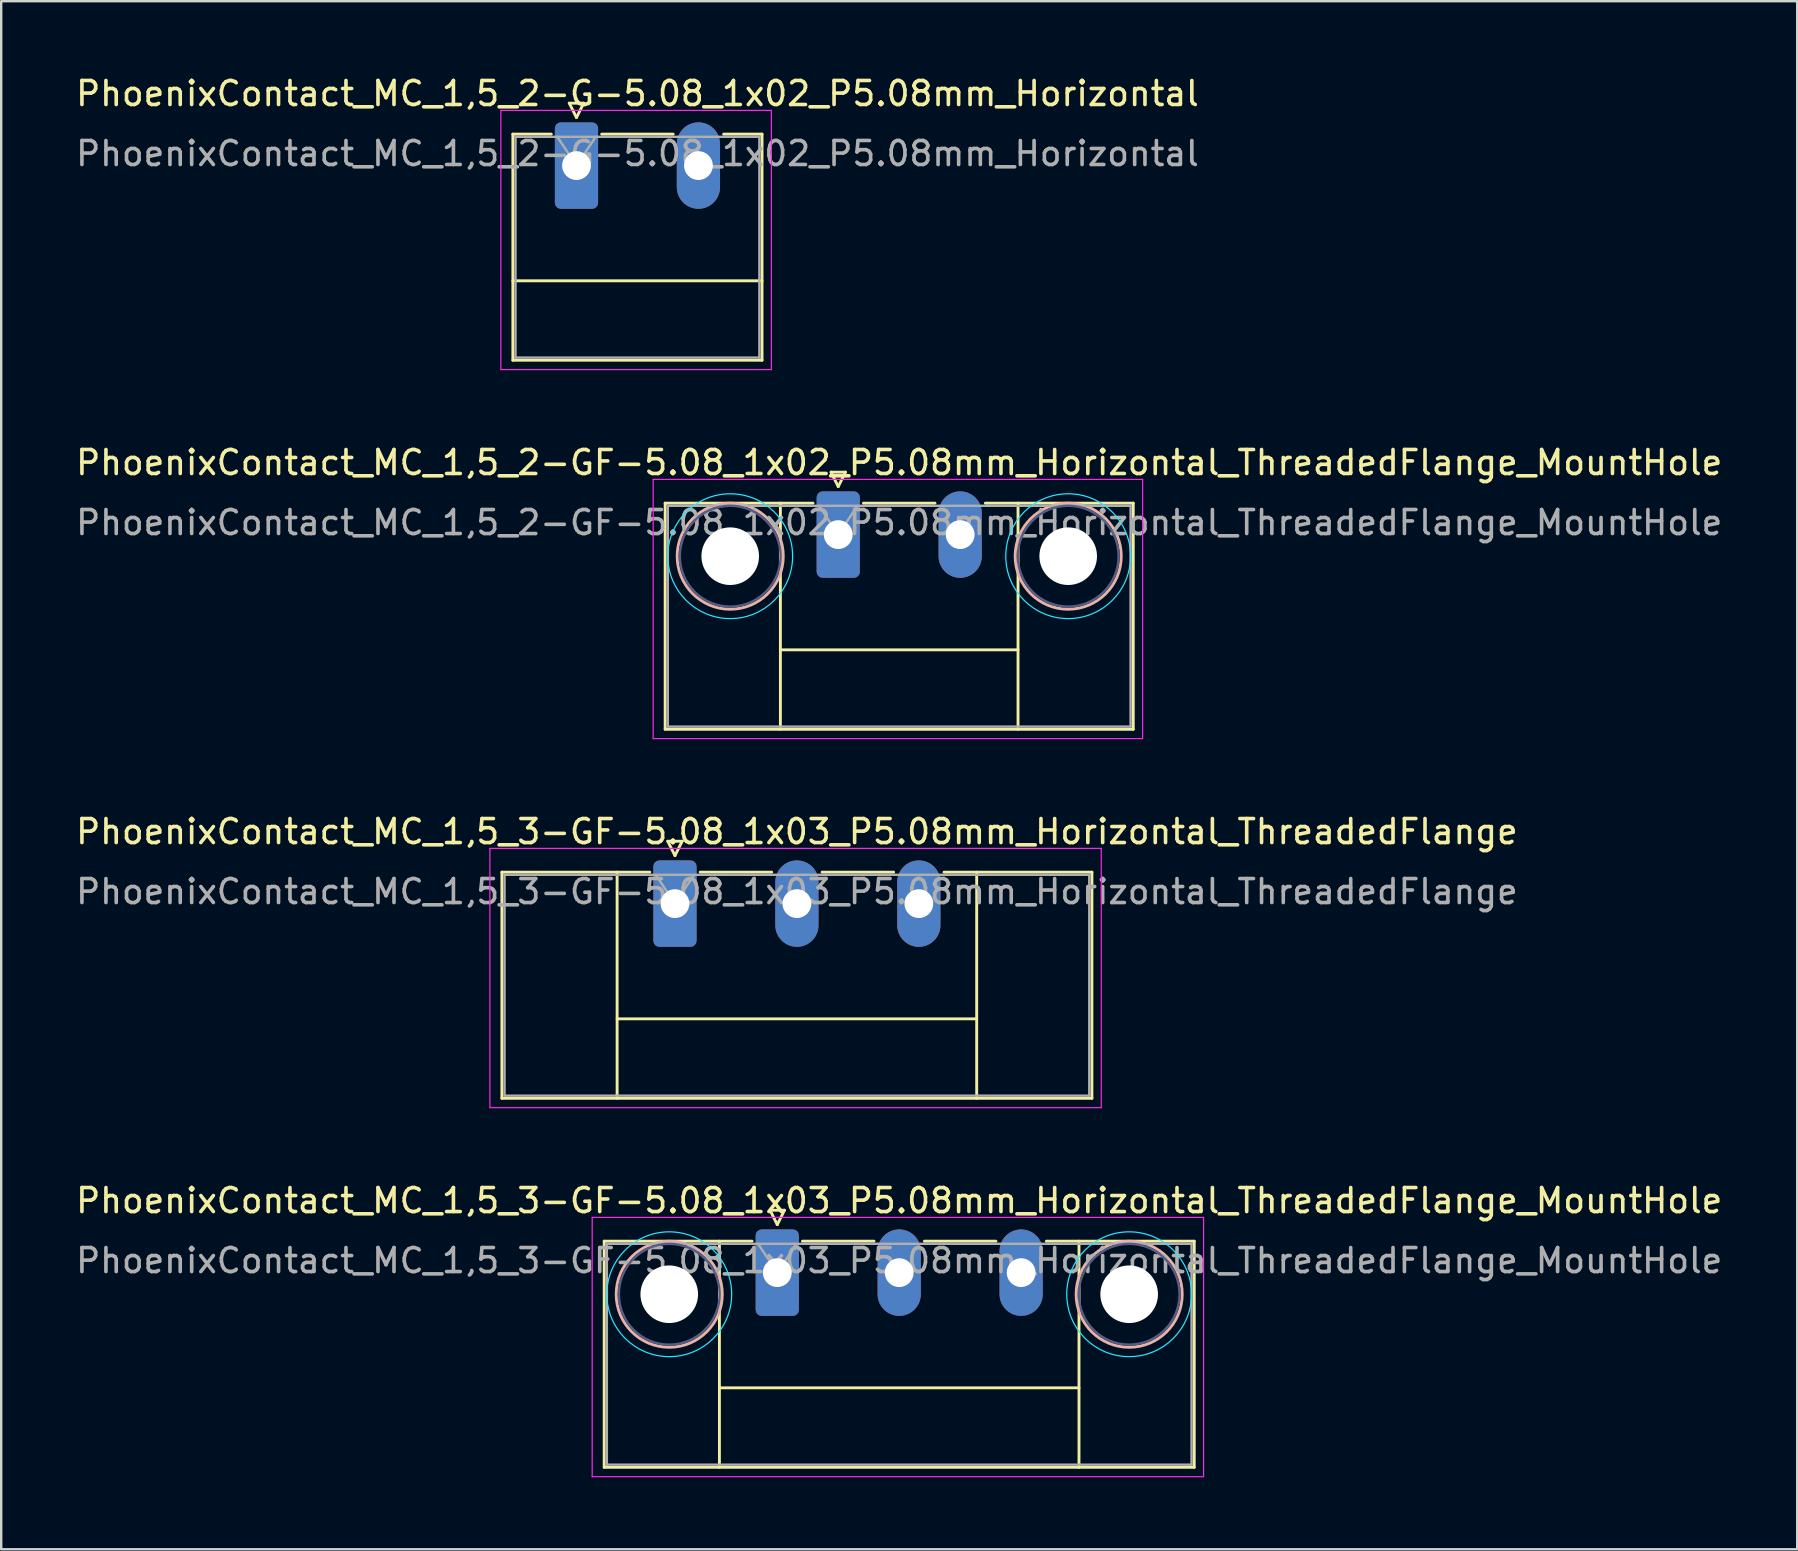
<source format=kicad_pcb>
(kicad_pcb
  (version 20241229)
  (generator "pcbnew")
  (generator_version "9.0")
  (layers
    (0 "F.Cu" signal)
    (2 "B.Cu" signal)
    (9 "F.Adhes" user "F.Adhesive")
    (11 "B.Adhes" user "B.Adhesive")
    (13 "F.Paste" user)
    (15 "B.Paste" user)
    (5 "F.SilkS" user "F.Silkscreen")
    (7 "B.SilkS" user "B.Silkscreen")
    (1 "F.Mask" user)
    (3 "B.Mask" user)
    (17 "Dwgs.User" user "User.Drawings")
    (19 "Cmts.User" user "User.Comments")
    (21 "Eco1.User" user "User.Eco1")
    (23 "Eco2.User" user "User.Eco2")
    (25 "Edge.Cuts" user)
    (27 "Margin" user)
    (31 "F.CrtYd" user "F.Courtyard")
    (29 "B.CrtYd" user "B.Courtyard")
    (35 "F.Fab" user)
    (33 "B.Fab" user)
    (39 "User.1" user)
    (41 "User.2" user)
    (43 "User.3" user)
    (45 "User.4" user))
  (footprint "PhoenixContact_MC_1,5_2-GF-5.08_1x02_P5.08mm_Horizontal_ThreadedFlange_MountHole"
    (layer "F.Cu")
    (at 31.871 19.221)
    (property "Reference" "PhoenixContact_MC_1,5_2-GF-5.08_1x02_P5.08mm_Horizontal_ThreadedFlange_MountHole" (at 2.54 -3 0) (layer "F.SilkS") (effects (font (size 1 1) (thickness 0.15))))
    (attr through_hole)
    (fp_line (start -7.21 -1.31) (end -7.21 8.11) (stroke (width 0.12) (type solid)) (layer "F.SilkS"))
    (fp_line (start -7.21 -1.31) (end -1.05 -1.31) (stroke (width 0.12) (type solid)) (layer "F.SilkS"))
    (fp_line (start -7.21 8.11) (end 12.29 8.11) (stroke (width 0.12) (type solid)) (layer "F.SilkS"))
    (fp_line (start -2.41 -1.31) (end -2.41 8.11) (stroke (width 0.12) (type solid)) (layer "F.SilkS"))
    (fp_line (start -2.41 4.8) (end 7.49 4.8) (stroke (width 0.12) (type solid)) (layer "F.SilkS"))
    (fp_line (start -0.3 -2.6) (end 0.3 -2.6) (stroke (width 0.12) (type solid)) (layer "F.SilkS"))
    (fp_line (start 0 -2) (end -0.3 -2.6) (stroke (width 0.12) (type solid)) (layer "F.SilkS"))
    (fp_line (start 0.3 -2.6) (end 0 -2) (stroke (width 0.12) (type solid)) (layer "F.SilkS"))
    (fp_line (start 1.05 -1.31) (end 4.03 -1.31) (stroke (width 0.12) (type solid)) (layer "F.SilkS"))
    (fp_line (start 7.49 -1.31) (end 7.49 8.11) (stroke (width 0.12) (type solid)) (layer "F.SilkS"))
    (fp_line (start 12.29 -1.31) (end 6.13 -1.31) (stroke (width 0.12) (type solid)) (layer "F.SilkS"))
    (fp_line (start 12.29 8.11) (end 12.29 -1.31) (stroke (width 0.12) (type solid)) (layer "F.SilkS"))
    (fp_circle (center -4.5 0.9) (end -2.29 0.9) (stroke (width 0.12) (type solid)) (fill no) (layer "B.SilkS"))
    (fp_circle (center 9.58 0.9) (end 11.79 0.9) (stroke (width 0.12) (type solid)) (fill no) (layer "B.SilkS"))
    (fp_circle (center -4.5 0.9) (end -1.9 0.9) (stroke (width 0.05) (type solid)) (fill no) (layer "B.CrtYd"))
    (fp_circle (center 9.58 0.9) (end 12.18 0.9) (stroke (width 0.05) (type solid)) (fill no) (layer "B.CrtYd"))
    (fp_line (start -7.71 -2.3) (end -7.71 8.5) (stroke (width 0.05) (type solid)) (layer "F.CrtYd"))
    (fp_line (start -7.71 8.5) (end 12.68 8.5) (stroke (width 0.05) (type solid)) (layer "F.CrtYd"))
    (fp_line (start 12.68 -2.3) (end -7.71 -2.3) (stroke (width 0.05) (type solid)) (layer "F.CrtYd"))
    (fp_line (start 12.68 8.5) (end 12.68 -2.3) (stroke (width 0.05) (type solid)) (layer "F.CrtYd"))
    (fp_circle (center -4.5 0.9) (end -2.4 0.9) (stroke (width 0.1) (type solid)) (fill no) (layer "B.Fab"))
    (fp_circle (center 9.58 0.9) (end 11.68 0.9) (stroke (width 0.1) (type solid)) (fill no) (layer "B.Fab"))
    (fp_line (start -7.1 -1.2) (end -7.1 8) (stroke (width 0.1) (type solid)) (layer "F.Fab"))
    (fp_line (start -7.1 8) (end 12.18 8) (stroke (width 0.1) (type solid)) (layer "F.Fab"))
    (fp_line (start 0 0) (end -0.8 -1.2) (stroke (width 0.1) (type solid)) (layer "F.Fab"))
    (fp_line (start 0.8 -1.2) (end 0 0) (stroke (width 0.1) (type solid)) (layer "F.Fab"))
    (fp_line (start 12.18 -1.2) (end -7.1 -1.2) (stroke (width 0.1) (type solid)) (layer "F.Fab"))
    (fp_line (start 12.18 8) (end 12.18 -1.2) (stroke (width 0.1) (type solid)) (layer "F.Fab"))
    (fp_text user "${REFERENCE}" (at 2.54 -0.5 0) (layer "F.Fab") (effects (font (size 1 1) (thickness 0.15))))
    (pad "" np_thru_hole circle (at -4.5 0.9) (size 2.4 2.4) (drill 2.4) (layers "*.Cu" "*.Mask"))
    (pad "" np_thru_hole circle (at 9.58 0.9) (size 2.4 2.4) (drill 2.4) (layers "*.Cu" "*.Mask"))
    (pad "1" thru_hole roundrect (at 0 0) (size 1.8 3.6) (drill 1.2) (layers "*.Cu" "*.Mask") (roundrect_rratio 0.139))
    (pad "2" thru_hole oval (at 5.08 0) (size 1.8 3.6) (drill 1.2) (layers "*.Cu" "*.Mask")))
  (footprint "PhoenixContact_MC_1,5_2-G-5.08_1x02_P5.08mm_Horizontal"
    (layer "F.Cu")
    (at 20.966 3.848)
    (property "Reference" "PhoenixContact_MC_1,5_2-G-5.08_1x02_P5.08mm_Horizontal" (at 2.54 -3 0) (layer "F.SilkS") (effects (font (size 1 1) (thickness 0.15))))
    (attr through_hole)
    (fp_line (start -2.65 -1.31) (end -2.65 8.11) (stroke (width 0.12) (type solid)) (layer "F.SilkS"))
    (fp_line (start -2.65 -1.31) (end -1.05 -1.31) (stroke (width 0.12) (type solid)) (layer "F.SilkS"))
    (fp_line (start -2.65 4.8) (end 7.73 4.8) (stroke (width 0.12) (type solid)) (layer "F.SilkS"))
    (fp_line (start -2.65 8.11) (end 7.73 8.11) (stroke (width 0.12) (type solid)) (layer "F.SilkS"))
    (fp_line (start -0.3 -2.6) (end 0.3 -2.6) (stroke (width 0.12) (type solid)) (layer "F.SilkS"))
    (fp_line (start 0 -2) (end -0.3 -2.6) (stroke (width 0.12) (type solid)) (layer "F.SilkS"))
    (fp_line (start 0.3 -2.6) (end 0 -2) (stroke (width 0.12) (type solid)) (layer "F.SilkS"))
    (fp_line (start 1.05 -1.31) (end 4.03 -1.31) (stroke (width 0.12) (type solid)) (layer "F.SilkS"))
    (fp_line (start 7.73 -1.31) (end 6.13 -1.31) (stroke (width 0.12) (type solid)) (layer "F.SilkS"))
    (fp_line (start 7.73 8.11) (end 7.73 -1.31) (stroke (width 0.12) (type solid)) (layer "F.SilkS"))
    (fp_line (start -3.15 -2.3) (end -3.15 8.5) (stroke (width 0.05) (type solid)) (layer "F.CrtYd"))
    (fp_line (start -3.15 8.5) (end 8.12 8.5) (stroke (width 0.05) (type solid)) (layer "F.CrtYd"))
    (fp_line (start 8.12 -2.3) (end -3.15 -2.3) (stroke (width 0.05) (type solid)) (layer "F.CrtYd"))
    (fp_line (start 8.12 8.5) (end 8.12 -2.3) (stroke (width 0.05) (type solid)) (layer "F.CrtYd"))
    (fp_line (start -2.54 -1.2) (end -2.54 8) (stroke (width 0.1) (type solid)) (layer "F.Fab"))
    (fp_line (start -2.54 8) (end 7.62 8) (stroke (width 0.1) (type solid)) (layer "F.Fab"))
    (fp_line (start 0 0) (end -0.8 -1.2) (stroke (width 0.1) (type solid)) (layer "F.Fab"))
    (fp_line (start 0.8 -1.2) (end 0 0) (stroke (width 0.1) (type solid)) (layer "F.Fab"))
    (fp_line (start 7.62 -1.2) (end -2.54 -1.2) (stroke (width 0.1) (type solid)) (layer "F.Fab"))
    (fp_line (start 7.62 8) (end 7.62 -1.2) (stroke (width 0.1) (type solid)) (layer "F.Fab"))
    (fp_text user "${REFERENCE}" (at 2.54 -0.5 0) (layer "F.Fab") (effects (font (size 1 1) (thickness 0.15))))
    (pad "1" thru_hole roundrect (at 0 0) (size 1.8 3.6) (drill 1.2) (layers "*.Cu" "*.Mask") (roundrect_rratio 0.139))
    (pad "2" thru_hole oval (at 5.08 0) (size 1.8 3.6) (drill 1.2) (layers "*.Cu" "*.Mask")))
  (footprint "PhoenixContact_MC_1,5_3-GF-5.08_1x03_P5.08mm_Horizontal_ThreadedFlange"
    (layer "F.Cu")
    (at 25.069 34.595)
    (property "Reference" "PhoenixContact_MC_1,5_3-GF-5.08_1x03_P5.08mm_Horizontal_ThreadedFlange" (at 5.08 -3 0) (layer "F.SilkS") (effects (font (size 1 1) (thickness 0.15))))
    (attr through_hole)
    (fp_line (start -7.21 -1.31) (end -7.21 8.11) (stroke (width 0.12) (type solid)) (layer "F.SilkS"))
    (fp_line (start -7.21 -1.31) (end -1.05 -1.31) (stroke (width 0.12) (type solid)) (layer "F.SilkS"))
    (fp_line (start -7.21 8.11) (end 17.37 8.11) (stroke (width 0.12) (type solid)) (layer "F.SilkS"))
    (fp_line (start -2.41 -1.31) (end -2.41 8.11) (stroke (width 0.12) (type solid)) (layer "F.SilkS"))
    (fp_line (start -2.41 4.8) (end 12.57 4.8) (stroke (width 0.12) (type solid)) (layer "F.SilkS"))
    (fp_line (start -0.3 -2.6) (end 0.3 -2.6) (stroke (width 0.12) (type solid)) (layer "F.SilkS"))
    (fp_line (start 0 -2) (end -0.3 -2.6) (stroke (width 0.12) (type solid)) (layer "F.SilkS"))
    (fp_line (start 0.3 -2.6) (end 0 -2) (stroke (width 0.12) (type solid)) (layer "F.SilkS"))
    (fp_line (start 1.05 -1.31) (end 4.03 -1.31) (stroke (width 0.12) (type solid)) (layer "F.SilkS"))
    (fp_line (start 6.13 -1.31) (end 9.11 -1.31) (stroke (width 0.12) (type solid)) (layer "F.SilkS"))
    (fp_line (start 12.57 -1.31) (end 12.57 8.11) (stroke (width 0.12) (type solid)) (layer "F.SilkS"))
    (fp_line (start 17.37 -1.31) (end 11.21 -1.31) (stroke (width 0.12) (type solid)) (layer "F.SilkS"))
    (fp_line (start 17.37 8.11) (end 17.37 -1.31) (stroke (width 0.12) (type solid)) (layer "F.SilkS"))
    (fp_line (start -7.71 -2.3) (end -7.71 8.5) (stroke (width 0.05) (type solid)) (layer "F.CrtYd"))
    (fp_line (start -7.71 8.5) (end 17.76 8.5) (stroke (width 0.05) (type solid)) (layer "F.CrtYd"))
    (fp_line (start 17.76 -2.3) (end -7.71 -2.3) (stroke (width 0.05) (type solid)) (layer "F.CrtYd"))
    (fp_line (start 17.76 8.5) (end 17.76 -2.3) (stroke (width 0.05) (type solid)) (layer "F.CrtYd"))
    (fp_line (start -7.1 -1.2) (end -7.1 8) (stroke (width 0.1) (type solid)) (layer "F.Fab"))
    (fp_line (start -7.1 8) (end 17.26 8) (stroke (width 0.1) (type solid)) (layer "F.Fab"))
    (fp_line (start 0 0) (end -0.8 -1.2) (stroke (width 0.1) (type solid)) (layer "F.Fab"))
    (fp_line (start 0.8 -1.2) (end 0 0) (stroke (width 0.1) (type solid)) (layer "F.Fab"))
    (fp_line (start 17.26 -1.2) (end -7.1 -1.2) (stroke (width 0.1) (type solid)) (layer "F.Fab"))
    (fp_line (start 17.26 8) (end 17.26 -1.2) (stroke (width 0.1) (type solid)) (layer "F.Fab"))
    (fp_text user "${REFERENCE}" (at 5.08 -0.5 0) (layer "F.Fab") (effects (font (size 1 1) (thickness 0.15))))
    (pad "1" thru_hole roundrect (at 0 0) (size 1.8 3.6) (drill 1.2) (layers "*.Cu" "*.Mask") (roundrect_rratio 0.139))
    (pad "2" thru_hole oval (at 5.08 0) (size 1.8 3.6) (drill 1.2) (layers "*.Cu" "*.Mask"))
    (pad "3" thru_hole oval (at 10.16 0) (size 1.8 3.6) (drill 1.2) (layers "*.Cu" "*.Mask")))
  (footprint "PhoenixContact_MC_1,5_3-GF-5.08_1x03_P5.08mm_Horizontal_ThreadedFlange_MountHole"
    (layer "F.Cu")
    (at 29.331 49.968)
    (property "Reference" "PhoenixContact_MC_1,5_3-GF-5.08_1x03_P5.08mm_Horizontal_ThreadedFlange_MountHole" (at 5.08 -3 0) (layer "F.SilkS") (effects (font (size 1 1) (thickness 0.15))))
    (attr through_hole)
    (fp_line (start -7.21 -1.31) (end -7.21 8.11) (stroke (width 0.12) (type solid)) (layer "F.SilkS"))
    (fp_line (start -7.21 -1.31) (end -1.05 -1.31) (stroke (width 0.12) (type solid)) (layer "F.SilkS"))
    (fp_line (start -7.21 8.11) (end 17.37 8.11) (stroke (width 0.12) (type solid)) (layer "F.SilkS"))
    (fp_line (start -2.41 -1.31) (end -2.41 8.11) (stroke (width 0.12) (type solid)) (layer "F.SilkS"))
    (fp_line (start -2.41 4.8) (end 12.57 4.8) (stroke (width 0.12) (type solid)) (layer "F.SilkS"))
    (fp_line (start -0.3 -2.6) (end 0.3 -2.6) (stroke (width 0.12) (type solid)) (layer "F.SilkS"))
    (fp_line (start 0 -2) (end -0.3 -2.6) (stroke (width 0.12) (type solid)) (layer "F.SilkS"))
    (fp_line (start 0.3 -2.6) (end 0 -2) (stroke (width 0.12) (type solid)) (layer "F.SilkS"))
    (fp_line (start 1.05 -1.31) (end 4.03 -1.31) (stroke (width 0.12) (type solid)) (layer "F.SilkS"))
    (fp_line (start 6.13 -1.31) (end 9.11 -1.31) (stroke (width 0.12) (type solid)) (layer "F.SilkS"))
    (fp_line (start 12.57 -1.31) (end 12.57 8.11) (stroke (width 0.12) (type solid)) (layer "F.SilkS"))
    (fp_line (start 17.37 -1.31) (end 11.21 -1.31) (stroke (width 0.12) (type solid)) (layer "F.SilkS"))
    (fp_line (start 17.37 8.11) (end 17.37 -1.31) (stroke (width 0.12) (type solid)) (layer "F.SilkS"))
    (fp_circle (center -4.5 0.9) (end -2.29 0.9) (stroke (width 0.12) (type solid)) (fill no) (layer "B.SilkS"))
    (fp_circle (center 14.66 0.9) (end 16.87 0.9) (stroke (width 0.12) (type solid)) (fill no) (layer "B.SilkS"))
    (fp_circle (center -4.5 0.9) (end -1.9 0.9) (stroke (width 0.05) (type solid)) (fill no) (layer "B.CrtYd"))
    (fp_circle (center 14.66 0.9) (end 17.26 0.9) (stroke (width 0.05) (type solid)) (fill no) (layer "B.CrtYd"))
    (fp_line (start -7.71 -2.3) (end -7.71 8.5) (stroke (width 0.05) (type solid)) (layer "F.CrtYd"))
    (fp_line (start -7.71 8.5) (end 17.76 8.5) (stroke (width 0.05) (type solid)) (layer "F.CrtYd"))
    (fp_line (start 17.76 -2.3) (end -7.71 -2.3) (stroke (width 0.05) (type solid)) (layer "F.CrtYd"))
    (fp_line (start 17.76 8.5) (end 17.76 -2.3) (stroke (width 0.05) (type solid)) (layer "F.CrtYd"))
    (fp_circle (center -4.5 0.9) (end -2.4 0.9) (stroke (width 0.1) (type solid)) (fill no) (layer "B.Fab"))
    (fp_circle (center 14.66 0.9) (end 16.76 0.9) (stroke (width 0.1) (type solid)) (fill no) (layer "B.Fab"))
    (fp_line (start -7.1 -1.2) (end -7.1 8) (stroke (width 0.1) (type solid)) (layer "F.Fab"))
    (fp_line (start -7.1 8) (end 17.26 8) (stroke (width 0.1) (type solid)) (layer "F.Fab"))
    (fp_line (start 0 0) (end -0.8 -1.2) (stroke (width 0.1) (type solid)) (layer "F.Fab"))
    (fp_line (start 0.8 -1.2) (end 0 0) (stroke (width 0.1) (type solid)) (layer "F.Fab"))
    (fp_line (start 17.26 -1.2) (end -7.1 -1.2) (stroke (width 0.1) (type solid)) (layer "F.Fab"))
    (fp_line (start 17.26 8) (end 17.26 -1.2) (stroke (width 0.1) (type solid)) (layer "F.Fab"))
    (fp_text user "${REFERENCE}" (at 5.08 -0.5 0) (layer "F.Fab") (effects (font (size 1 1) (thickness 0.15))))
    (pad "" np_thru_hole circle (at -4.5 0.9) (size 2.4 2.4) (drill 2.4) (layers "*.Cu" "*.Mask"))
    (pad "" np_thru_hole circle (at 14.66 0.9) (size 2.4 2.4) (drill 2.4) (layers "*.Cu" "*.Mask"))
    (pad "1" thru_hole roundrect (at 0 0) (size 1.8 3.6) (drill 1.2) (layers "*.Cu" "*.Mask") (roundrect_rratio 0.139))
    (pad "2" thru_hole oval (at 5.08 0) (size 1.8 3.6) (drill 1.2) (layers "*.Cu" "*.Mask"))
    (pad "3" thru_hole oval (at 10.16 0) (size 1.8 3.6) (drill 1.2) (layers "*.Cu" "*.Mask")))
  (gr_rect
    (start -3 -3)
    (end 71.821 61.493)
    (stroke (width 0.1) (type default))
    (fill no)
    (layer "Edge.Cuts")))
</source>
